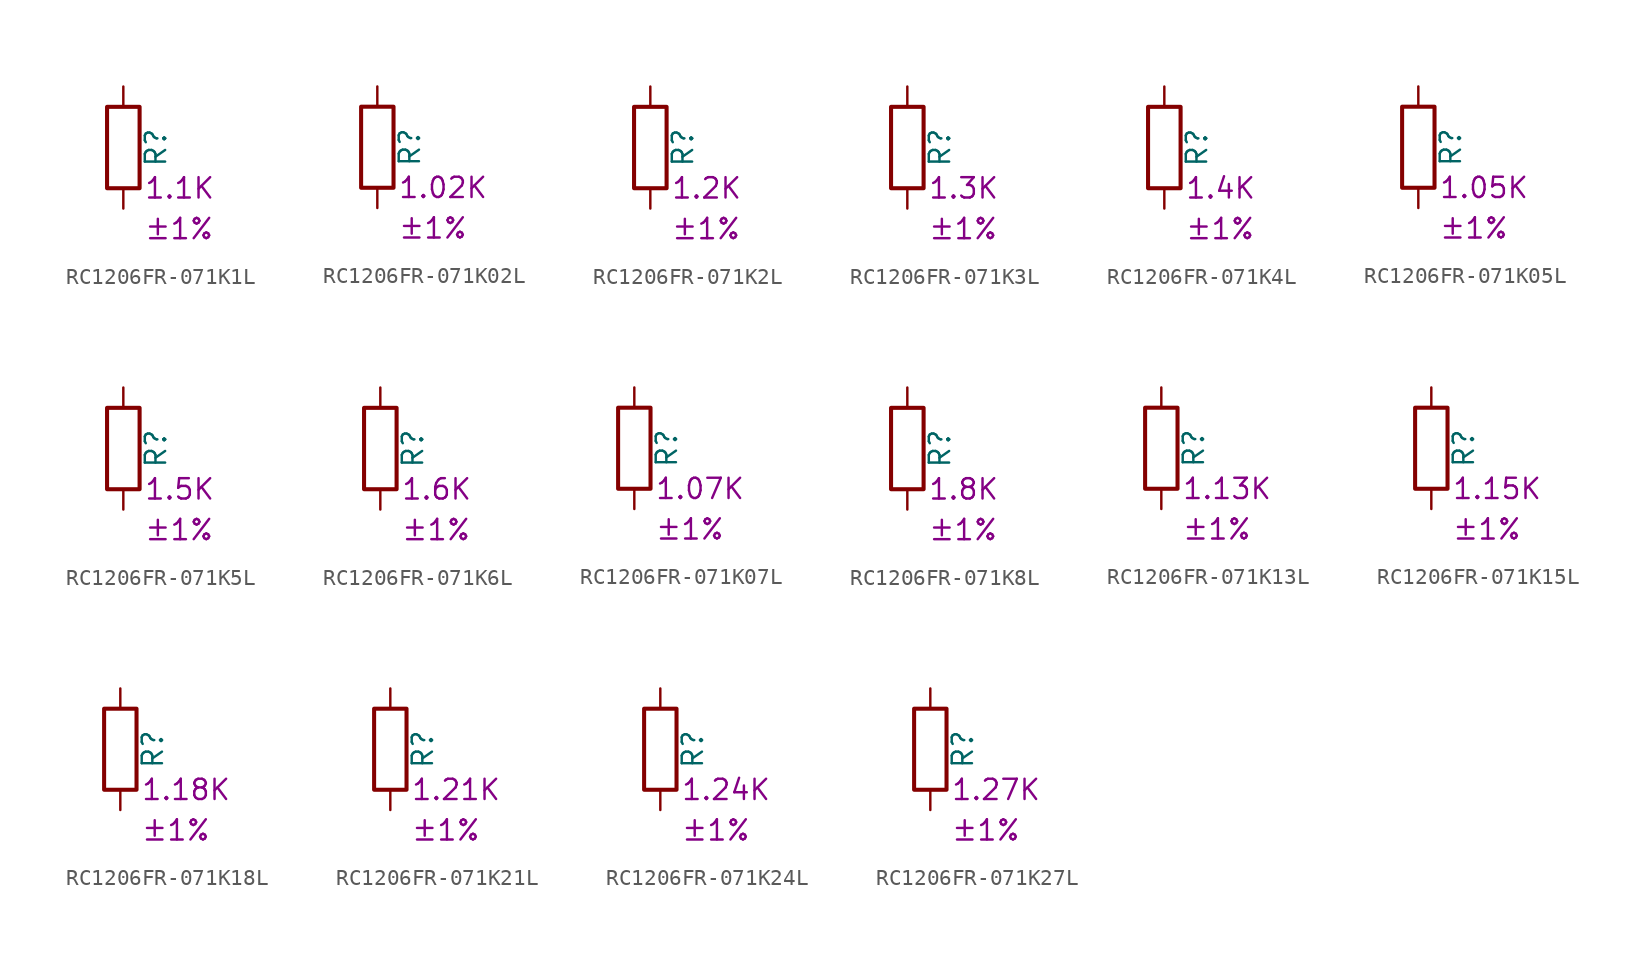
<source format=kicad_sym>
(kicad_symbol_lib
  (version 20220914)
  (generator kicad_symbol_editor)
  (symbol "RC1206FR-071K1L"
    (pin_numbers hide)
    (pin_names
      (offset 0))
    (property "Reference" "R"
      (at 2.032 0 90)
      (effects (font (size 1.27 1.27))))
    (property "Resistance" "1.1K"
      (at 1.27 -2.54 0)
      (effects (font (size 1.27 1.27)) (justify left)))
    (property "Tolerance" "±1%"
      (at 1.27 -5.08 0)
      (effects (font (size 1.27 1.27)) (justify left)))
    (symbol "RC1206FR-071K1L_0_1"
      (rectangle (start -1.016 -2.54) (end 1.016 2.54) (stroke (width 0.254) (type default)) (fill (type none))))
    (symbol "RC1206FR-071K1L_1_1"
      (pin passive line (at 0 3.81 270) (length 1.27) (name "~" (effects (font (size 1.27 1.27)))) (number "1" (effects (font (size 1.27 1.27)))))
      (pin passive line (at 0 -3.81 90) (length 1.27) (name "~" (effects (font (size 1.27 1.27)))) (number "2" (effects (font (size 1.27 1.27)))))))
  (symbol "RC1206FR-071K02L"
    (pin_numbers hide)
    (pin_names
      (offset 0))
    (property "Reference" "R"
      (at 2.032 0 90)
      (effects (font (size 1.27 1.27))))
    (property "Resistance" "1.02K"
      (at 1.27 -2.54 0)
      (effects (font (size 1.27 1.27)) (justify left)))
    (property "Tolerance" "±1%"
      (at 1.27 -5.08 0)
      (effects (font (size 1.27 1.27)) (justify left)))
    (symbol "RC1206FR-071K02L_0_1"
      (rectangle (start -1.016 -2.54) (end 1.016 2.54) (stroke (width 0.254) (type default)) (fill (type none))))
    (symbol "RC1206FR-071K02L_1_1"
      (pin passive line (at 0 3.81 270) (length 1.27) (name "~" (effects (font (size 1.27 1.27)))) (number "1" (effects (font (size 1.27 1.27)))))
      (pin passive line (at 0 -3.81 90) (length 1.27) (name "~" (effects (font (size 1.27 1.27)))) (number "2" (effects (font (size 1.27 1.27)))))))
  (symbol "RC1206FR-071K2L"
    (pin_numbers hide)
    (pin_names
      (offset 0))
    (property "Reference" "R"
      (at 2.032 0 90)
      (effects (font (size 1.27 1.27))))
    (property "Resistance" "1.2K"
      (at 1.27 -2.54 0)
      (effects (font (size 1.27 1.27)) (justify left)))
    (property "Tolerance" "±1%"
      (at 1.27 -5.08 0)
      (effects (font (size 1.27 1.27)) (justify left)))
    (symbol "RC1206FR-071K2L_0_1"
      (rectangle (start -1.016 -2.54) (end 1.016 2.54) (stroke (width 0.254) (type default)) (fill (type none))))
    (symbol "RC1206FR-071K2L_1_1"
      (pin passive line (at 0 3.81 270) (length 1.27) (name "~" (effects (font (size 1.27 1.27)))) (number "1" (effects (font (size 1.27 1.27)))))
      (pin passive line (at 0 -3.81 90) (length 1.27) (name "~" (effects (font (size 1.27 1.27)))) (number "2" (effects (font (size 1.27 1.27)))))))
  (symbol "RC1206FR-071K3L"
    (pin_numbers hide)
    (pin_names
      (offset 0))
    (property "Reference" "R"
      (at 2.032 0 90)
      (effects (font (size 1.27 1.27))))
    (property "Resistance" "1.3K"
      (at 1.27 -2.54 0)
      (effects (font (size 1.27 1.27)) (justify left)))
    (property "Tolerance" "±1%"
      (at 1.27 -5.08 0)
      (effects (font (size 1.27 1.27)) (justify left)))
    (symbol "RC1206FR-071K3L_0_1"
      (rectangle (start -1.016 -2.54) (end 1.016 2.54) (stroke (width 0.254) (type default)) (fill (type none))))
    (symbol "RC1206FR-071K3L_1_1"
      (pin passive line (at 0 3.81 270) (length 1.27) (name "~" (effects (font (size 1.27 1.27)))) (number "1" (effects (font (size 1.27 1.27)))))
      (pin passive line (at 0 -3.81 90) (length 1.27) (name "~" (effects (font (size 1.27 1.27)))) (number "2" (effects (font (size 1.27 1.27)))))))
  (symbol "RC1206FR-071K4L"
    (pin_numbers hide)
    (pin_names
      (offset 0))
    (property "Reference" "R"
      (at 2.032 0 90)
      (effects (font (size 1.27 1.27))))
    (property "Resistance" "1.4K"
      (at 1.27 -2.54 0)
      (effects (font (size 1.27 1.27)) (justify left)))
    (property "Tolerance" "±1%"
      (at 1.27 -5.08 0)
      (effects (font (size 1.27 1.27)) (justify left)))
    (symbol "RC1206FR-071K4L_0_1"
      (rectangle (start -1.016 -2.54) (end 1.016 2.54) (stroke (width 0.254) (type default)) (fill (type none))))
    (symbol "RC1206FR-071K4L_1_1"
      (pin passive line (at 0 3.81 270) (length 1.27) (name "~" (effects (font (size 1.27 1.27)))) (number "1" (effects (font (size 1.27 1.27)))))
      (pin passive line (at 0 -3.81 90) (length 1.27) (name "~" (effects (font (size 1.27 1.27)))) (number "2" (effects (font (size 1.27 1.27)))))))
  (symbol "RC1206FR-071K05L"
    (pin_numbers hide)
    (pin_names
      (offset 0))
    (property "Reference" "R"
      (at 2.032 0 90)
      (effects (font (size 1.27 1.27))))
    (property "Resistance" "1.05K"
      (at 1.27 -2.54 0)
      (effects (font (size 1.27 1.27)) (justify left)))
    (property "Tolerance" "±1%"
      (at 1.27 -5.08 0)
      (effects (font (size 1.27 1.27)) (justify left)))
    (symbol "RC1206FR-071K05L_0_1"
      (rectangle (start -1.016 -2.54) (end 1.016 2.54) (stroke (width 0.254) (type default)) (fill (type none))))
    (symbol "RC1206FR-071K05L_1_1"
      (pin passive line (at 0 3.81 270) (length 1.27) (name "~" (effects (font (size 1.27 1.27)))) (number "1" (effects (font (size 1.27 1.27)))))
      (pin passive line (at 0 -3.81 90) (length 1.27) (name "~" (effects (font (size 1.27 1.27)))) (number "2" (effects (font (size 1.27 1.27)))))))
  (symbol "RC1206FR-071K5L"
    (pin_numbers hide)
    (pin_names
      (offset 0))
    (property "Reference" "R"
      (at 2.032 0 90)
      (effects (font (size 1.27 1.27))))
    (property "Resistance" "1.5K"
      (at 1.27 -2.54 0)
      (effects (font (size 1.27 1.27)) (justify left)))
    (property "Tolerance" "±1%"
      (at 1.27 -5.08 0)
      (effects (font (size 1.27 1.27)) (justify left)))
    (symbol "RC1206FR-071K5L_0_1"
      (rectangle (start -1.016 -2.54) (end 1.016 2.54) (stroke (width 0.254) (type default)) (fill (type none))))
    (symbol "RC1206FR-071K5L_1_1"
      (pin passive line (at 0 3.81 270) (length 1.27) (name "~" (effects (font (size 1.27 1.27)))) (number "1" (effects (font (size 1.27 1.27)))))
      (pin passive line (at 0 -3.81 90) (length 1.27) (name "~" (effects (font (size 1.27 1.27)))) (number "2" (effects (font (size 1.27 1.27)))))))
  (symbol "RC1206FR-071K6L"
    (pin_numbers hide)
    (pin_names
      (offset 0))
    (property "Reference" "R"
      (at 2.032 0 90)
      (effects (font (size 1.27 1.27))))
    (property "Resistance" "1.6K"
      (at 1.27 -2.54 0)
      (effects (font (size 1.27 1.27)) (justify left)))
    (property "Tolerance" "±1%"
      (at 1.27 -5.08 0)
      (effects (font (size 1.27 1.27)) (justify left)))
    (symbol "RC1206FR-071K6L_0_1"
      (rectangle (start -1.016 -2.54) (end 1.016 2.54) (stroke (width 0.254) (type default)) (fill (type none))))
    (symbol "RC1206FR-071K6L_1_1"
      (pin passive line (at 0 3.81 270) (length 1.27) (name "~" (effects (font (size 1.27 1.27)))) (number "1" (effects (font (size 1.27 1.27)))))
      (pin passive line (at 0 -3.81 90) (length 1.27) (name "~" (effects (font (size 1.27 1.27)))) (number "2" (effects (font (size 1.27 1.27)))))))
  (symbol "RC1206FR-071K07L"
    (pin_numbers hide)
    (pin_names
      (offset 0))
    (property "Reference" "R"
      (at 2.032 0 90)
      (effects (font (size 1.27 1.27))))
    (property "Resistance" "1.07K"
      (at 1.27 -2.54 0)
      (effects (font (size 1.27 1.27)) (justify left)))
    (property "Tolerance" "±1%"
      (at 1.27 -5.08 0)
      (effects (font (size 1.27 1.27)) (justify left)))
    (symbol "RC1206FR-071K07L_0_1"
      (rectangle (start -1.016 -2.54) (end 1.016 2.54) (stroke (width 0.254) (type default)) (fill (type none))))
    (symbol "RC1206FR-071K07L_1_1"
      (pin passive line (at 0 3.81 270) (length 1.27) (name "~" (effects (font (size 1.27 1.27)))) (number "1" (effects (font (size 1.27 1.27)))))
      (pin passive line (at 0 -3.81 90) (length 1.27) (name "~" (effects (font (size 1.27 1.27)))) (number "2" (effects (font (size 1.27 1.27)))))))
  (symbol "RC1206FR-071K8L"
    (pin_numbers hide)
    (pin_names
      (offset 0))
    (property "Reference" "R"
      (at 2.032 0 90)
      (effects (font (size 1.27 1.27))))
    (property "Resistance" "1.8K"
      (at 1.27 -2.54 0)
      (effects (font (size 1.27 1.27)) (justify left)))
    (property "Tolerance" "±1%"
      (at 1.27 -5.08 0)
      (effects (font (size 1.27 1.27)) (justify left)))
    (symbol "RC1206FR-071K8L_0_1"
      (rectangle (start -1.016 -2.54) (end 1.016 2.54) (stroke (width 0.254) (type default)) (fill (type none))))
    (symbol "RC1206FR-071K8L_1_1"
      (pin passive line (at 0 3.81 270) (length 1.27) (name "~" (effects (font (size 1.27 1.27)))) (number "1" (effects (font (size 1.27 1.27)))))
      (pin passive line (at 0 -3.81 90) (length 1.27) (name "~" (effects (font (size 1.27 1.27)))) (number "2" (effects (font (size 1.27 1.27)))))))
  (symbol "RC1206FR-071K13L"
    (pin_numbers hide)
    (pin_names
      (offset 0))
    (property "Reference" "R"
      (at 2.032 0 90)
      (effects (font (size 1.27 1.27))))
    (property "Resistance" "1.13K"
      (at 1.27 -2.54 0)
      (effects (font (size 1.27 1.27)) (justify left)))
    (property "Tolerance" "±1%"
      (at 1.27 -5.08 0)
      (effects (font (size 1.27 1.27)) (justify left)))
    (symbol "RC1206FR-071K13L_0_1"
      (rectangle (start -1.016 -2.54) (end 1.016 2.54) (stroke (width 0.254) (type default)) (fill (type none))))
    (symbol "RC1206FR-071K13L_1_1"
      (pin passive line (at 0 3.81 270) (length 1.27) (name "~" (effects (font (size 1.27 1.27)))) (number "1" (effects (font (size 1.27 1.27)))))
      (pin passive line (at 0 -3.81 90) (length 1.27) (name "~" (effects (font (size 1.27 1.27)))) (number "2" (effects (font (size 1.27 1.27)))))))
  (symbol "RC1206FR-071K15L"
    (pin_numbers hide)
    (pin_names
      (offset 0))
    (property "Reference" "R"
      (at 2.032 0 90)
      (effects (font (size 1.27 1.27))))
    (property "Resistance" "1.15K"
      (at 1.27 -2.54 0)
      (effects (font (size 1.27 1.27)) (justify left)))
    (property "Tolerance" "±1%"
      (at 1.27 -5.08 0)
      (effects (font (size 1.27 1.27)) (justify left)))
    (symbol "RC1206FR-071K15L_0_1"
      (rectangle (start -1.016 -2.54) (end 1.016 2.54) (stroke (width 0.254) (type default)) (fill (type none))))
    (symbol "RC1206FR-071K15L_1_1"
      (pin passive line (at 0 3.81 270) (length 1.27) (name "~" (effects (font (size 1.27 1.27)))) (number "1" (effects (font (size 1.27 1.27)))))
      (pin passive line (at 0 -3.81 90) (length 1.27) (name "~" (effects (font (size 1.27 1.27)))) (number "2" (effects (font (size 1.27 1.27)))))))
  (symbol "RC1206FR-071K18L"
    (pin_numbers hide)
    (pin_names
      (offset 0))
    (property "Reference" "R"
      (at 2.032 0 90)
      (effects (font (size 1.27 1.27))))
    (property "Resistance" "1.18K"
      (at 1.27 -2.54 0)
      (effects (font (size 1.27 1.27)) (justify left)))
    (property "Tolerance" "±1%"
      (at 1.27 -5.08 0)
      (effects (font (size 1.27 1.27)) (justify left)))
    (symbol "RC1206FR-071K18L_0_1"
      (rectangle (start -1.016 -2.54) (end 1.016 2.54) (stroke (width 0.254) (type default)) (fill (type none))))
    (symbol "RC1206FR-071K18L_1_1"
      (pin passive line (at 0 3.81 270) (length 1.27) (name "~" (effects (font (size 1.27 1.27)))) (number "1" (effects (font (size 1.27 1.27)))))
      (pin passive line (at 0 -3.81 90) (length 1.27) (name "~" (effects (font (size 1.27 1.27)))) (number "2" (effects (font (size 1.27 1.27)))))))
  (symbol "RC1206FR-071K21L"
    (pin_numbers hide)
    (pin_names
      (offset 0))
    (property "Reference" "R"
      (at 2.032 0 90)
      (effects (font (size 1.27 1.27))))
    (property "Resistance" "1.21K"
      (at 1.27 -2.54 0)
      (effects (font (size 1.27 1.27)) (justify left)))
    (property "Tolerance" "±1%"
      (at 1.27 -5.08 0)
      (effects (font (size 1.27 1.27)) (justify left)))
    (symbol "RC1206FR-071K21L_0_1"
      (rectangle (start -1.016 -2.54) (end 1.016 2.54) (stroke (width 0.254) (type default)) (fill (type none))))
    (symbol "RC1206FR-071K21L_1_1"
      (pin passive line (at 0 3.81 270) (length 1.27) (name "~" (effects (font (size 1.27 1.27)))) (number "1" (effects (font (size 1.27 1.27)))))
      (pin passive line (at 0 -3.81 90) (length 1.27) (name "~" (effects (font (size 1.27 1.27)))) (number "2" (effects (font (size 1.27 1.27)))))))
  (symbol "RC1206FR-071K24L"
    (pin_numbers hide)
    (pin_names
      (offset 0))
    (property "Reference" "R"
      (at 2.032 0 90)
      (effects (font (size 1.27 1.27))))
    (property "Resistance" "1.24K"
      (at 1.27 -2.54 0)
      (effects (font (size 1.27 1.27)) (justify left)))
    (property "Tolerance" "±1%"
      (at 1.27 -5.08 0)
      (effects (font (size 1.27 1.27)) (justify left)))
    (symbol "RC1206FR-071K24L_0_1"
      (rectangle (start -1.016 -2.54) (end 1.016 2.54) (stroke (width 0.254) (type default)) (fill (type none))))
    (symbol "RC1206FR-071K24L_1_1"
      (pin passive line (at 0 3.81 270) (length 1.27) (name "~" (effects (font (size 1.27 1.27)))) (number "1" (effects (font (size 1.27 1.27)))))
      (pin passive line (at 0 -3.81 90) (length 1.27) (name "~" (effects (font (size 1.27 1.27)))) (number "2" (effects (font (size 1.27 1.27)))))))
  (symbol "RC1206FR-071K27L"
    (pin_numbers hide)
    (pin_names
      (offset 0))
    (property "Reference" "R"
      (at 2.032 0 90)
      (effects (font (size 1.27 1.27))))
    (property "Resistance" "1.27K"
      (at 1.27 -2.54 0)
      (effects (font (size 1.27 1.27)) (justify left)))
    (property "Tolerance" "±1%"
      (at 1.27 -5.08 0)
      (effects (font (size 1.27 1.27)) (justify left)))
    (symbol "RC1206FR-071K27L_0_1"
      (rectangle (start -1.016 -2.54) (end 1.016 2.54) (stroke (width 0.254) (type default)) (fill (type none))))
    (symbol "RC1206FR-071K27L_1_1"
      (pin passive line (at 0 3.81 270) (length 1.27) (name "~" (effects (font (size 1.27 1.27)))) (number "1" (effects (font (size 1.27 1.27)))))
      (pin passive line (at 0 -3.81 90) (length 1.27) (name "~" (effects (font (size 1.27 1.27)))) (number "2" (effects (font (size 1.27 1.27))))))))
</source>
